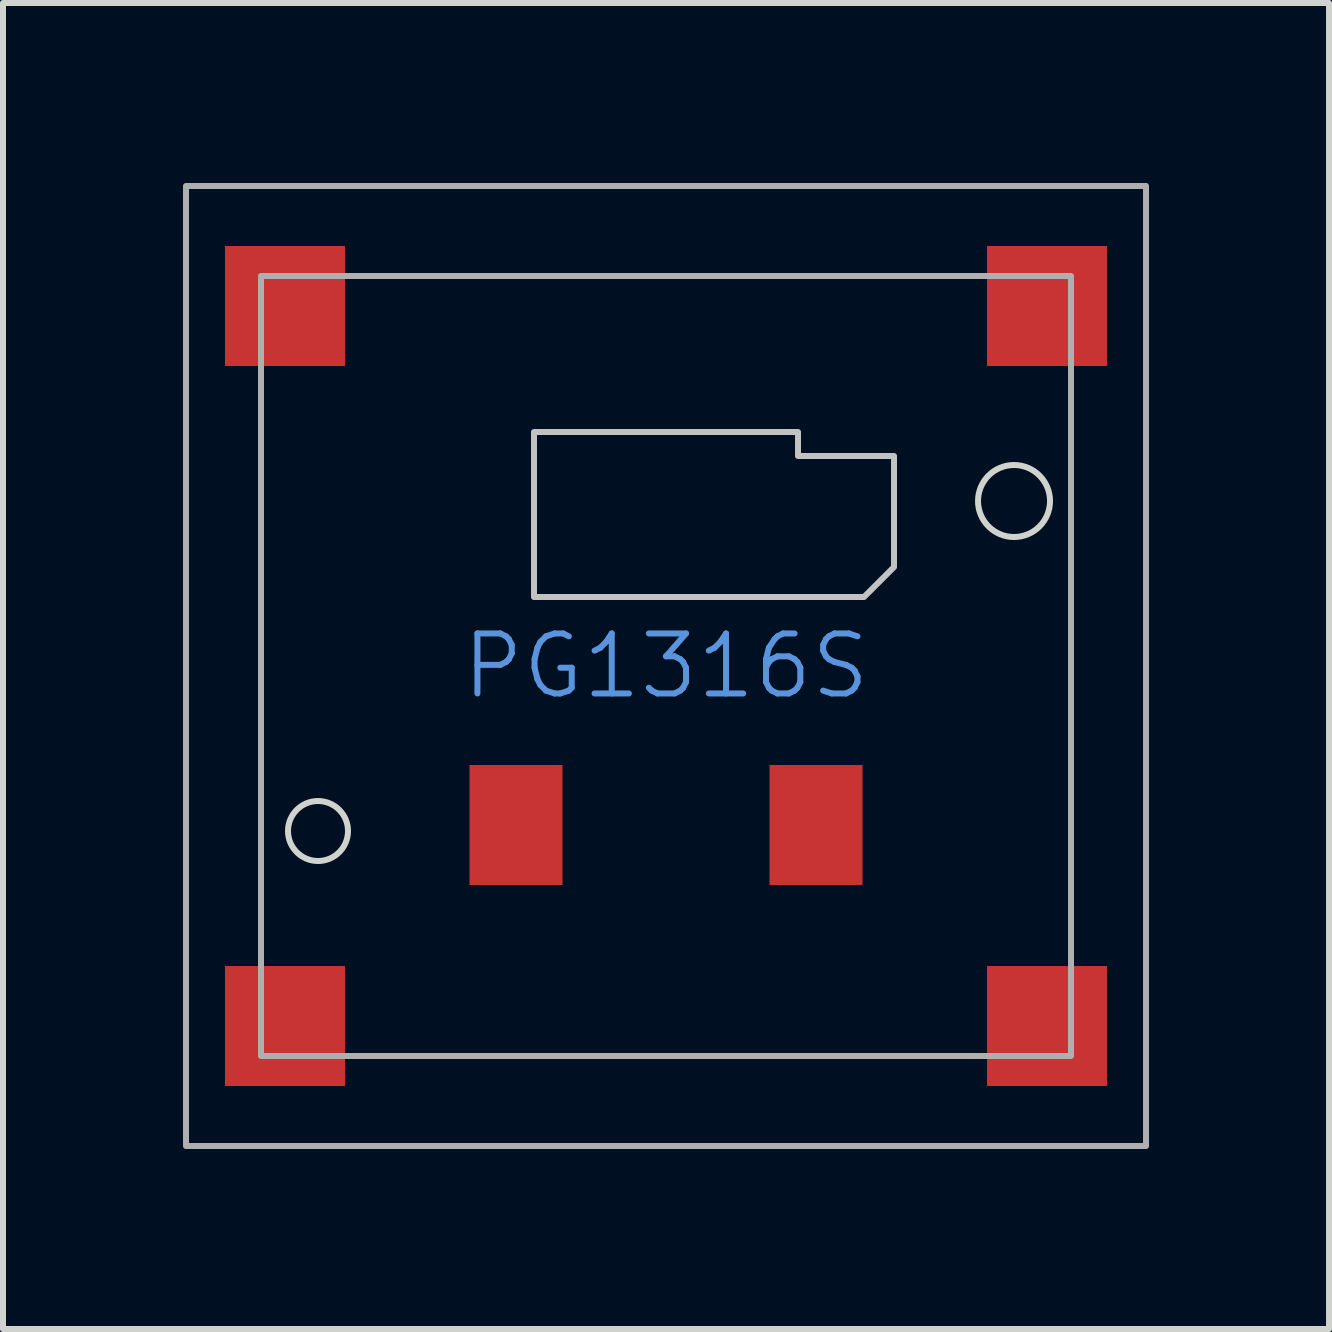
<source format=kicad_pcb>
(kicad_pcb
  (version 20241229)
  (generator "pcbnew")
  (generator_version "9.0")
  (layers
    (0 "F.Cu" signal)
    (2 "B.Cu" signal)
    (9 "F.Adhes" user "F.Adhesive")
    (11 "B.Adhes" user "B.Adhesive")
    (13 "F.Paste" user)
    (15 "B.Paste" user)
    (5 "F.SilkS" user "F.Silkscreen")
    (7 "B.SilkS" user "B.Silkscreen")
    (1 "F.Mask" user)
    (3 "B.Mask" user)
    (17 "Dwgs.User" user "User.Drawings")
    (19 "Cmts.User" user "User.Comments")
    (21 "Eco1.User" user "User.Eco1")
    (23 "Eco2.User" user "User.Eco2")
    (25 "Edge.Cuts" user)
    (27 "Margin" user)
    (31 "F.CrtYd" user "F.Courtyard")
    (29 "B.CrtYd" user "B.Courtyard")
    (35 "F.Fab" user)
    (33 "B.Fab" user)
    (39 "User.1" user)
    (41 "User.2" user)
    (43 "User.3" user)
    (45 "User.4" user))
  (footprint "PG1316S"
    (layer "F.Cu")
    (at 8.05 8.05)
    (property "Reference" "PG1316S" (at 0 0 0) (unlocked yes) (layer "Cmts.User") (effects (font (size 1 1) (thickness 0.1))))
    (attr smd)
    (fp_poly (pts (xy 3.8 -3.5) (xy 3.8 -1.65) (xy 3.3 -1.15) (xy -2.2 -1.15) (xy -2.2 -3.9) (xy 2.2 -3.9) (xy 2.2 -3.5)) (stroke (width 0.1) (type solid)) (fill no) (layer "Dwgs.User"))
    (fp_circle (center -5.8 2.75) (end -5.3 2.75) (stroke (width 0.1) (type default)) (fill no) (layer "Edge.Cuts"))
    (fp_circle (center 5.8 -2.75) (end 6.4 -2.75) (stroke (width 0.1) (type default)) (fill no) (layer "Edge.Cuts"))
    (fp_rect (start -8 8) (end 8 -8) (stroke (width 0.1) (type default)) (fill no) (layer "F.Fab"))
    (fp_rect (start -6.75 -6.5) (end 6.75 6.5) (stroke (width 0.1) (type default)) (fill no) (layer "F.Fab"))
    (pad "1" smd rect (at -2.5 2.65) (size 1.55 2) (layers "F.Cu" "F.Mask" "F.Paste"))
    (pad "2" smd rect (at 2.5 2.65) (size 1.55 2) (layers "F.Cu" "F.Mask" "F.Paste"))
    (pad "3" smd rect (at -6.35 -6) (size 2 2) (layers "F.Cu" "F.Mask" "F.Paste"))
    (pad "3" smd rect (at -6.35 6) (size 2 2) (layers "F.Cu" "F.Mask" "F.Paste"))
    (pad "3" smd rect (at 6.35 -6) (size 2 2) (layers "F.Cu" "F.Mask" "F.Paste"))
    (pad "3" smd rect (at 6.35 6) (size 2 2) (layers "F.Cu" "F.Mask" "F.Paste")))
  (gr_rect
    (start -3 -3)
    (end 19.1 19.1)
    (stroke (width 0.1) (type default))
    (fill no)
    (layer "Edge.Cuts")))
</source>
